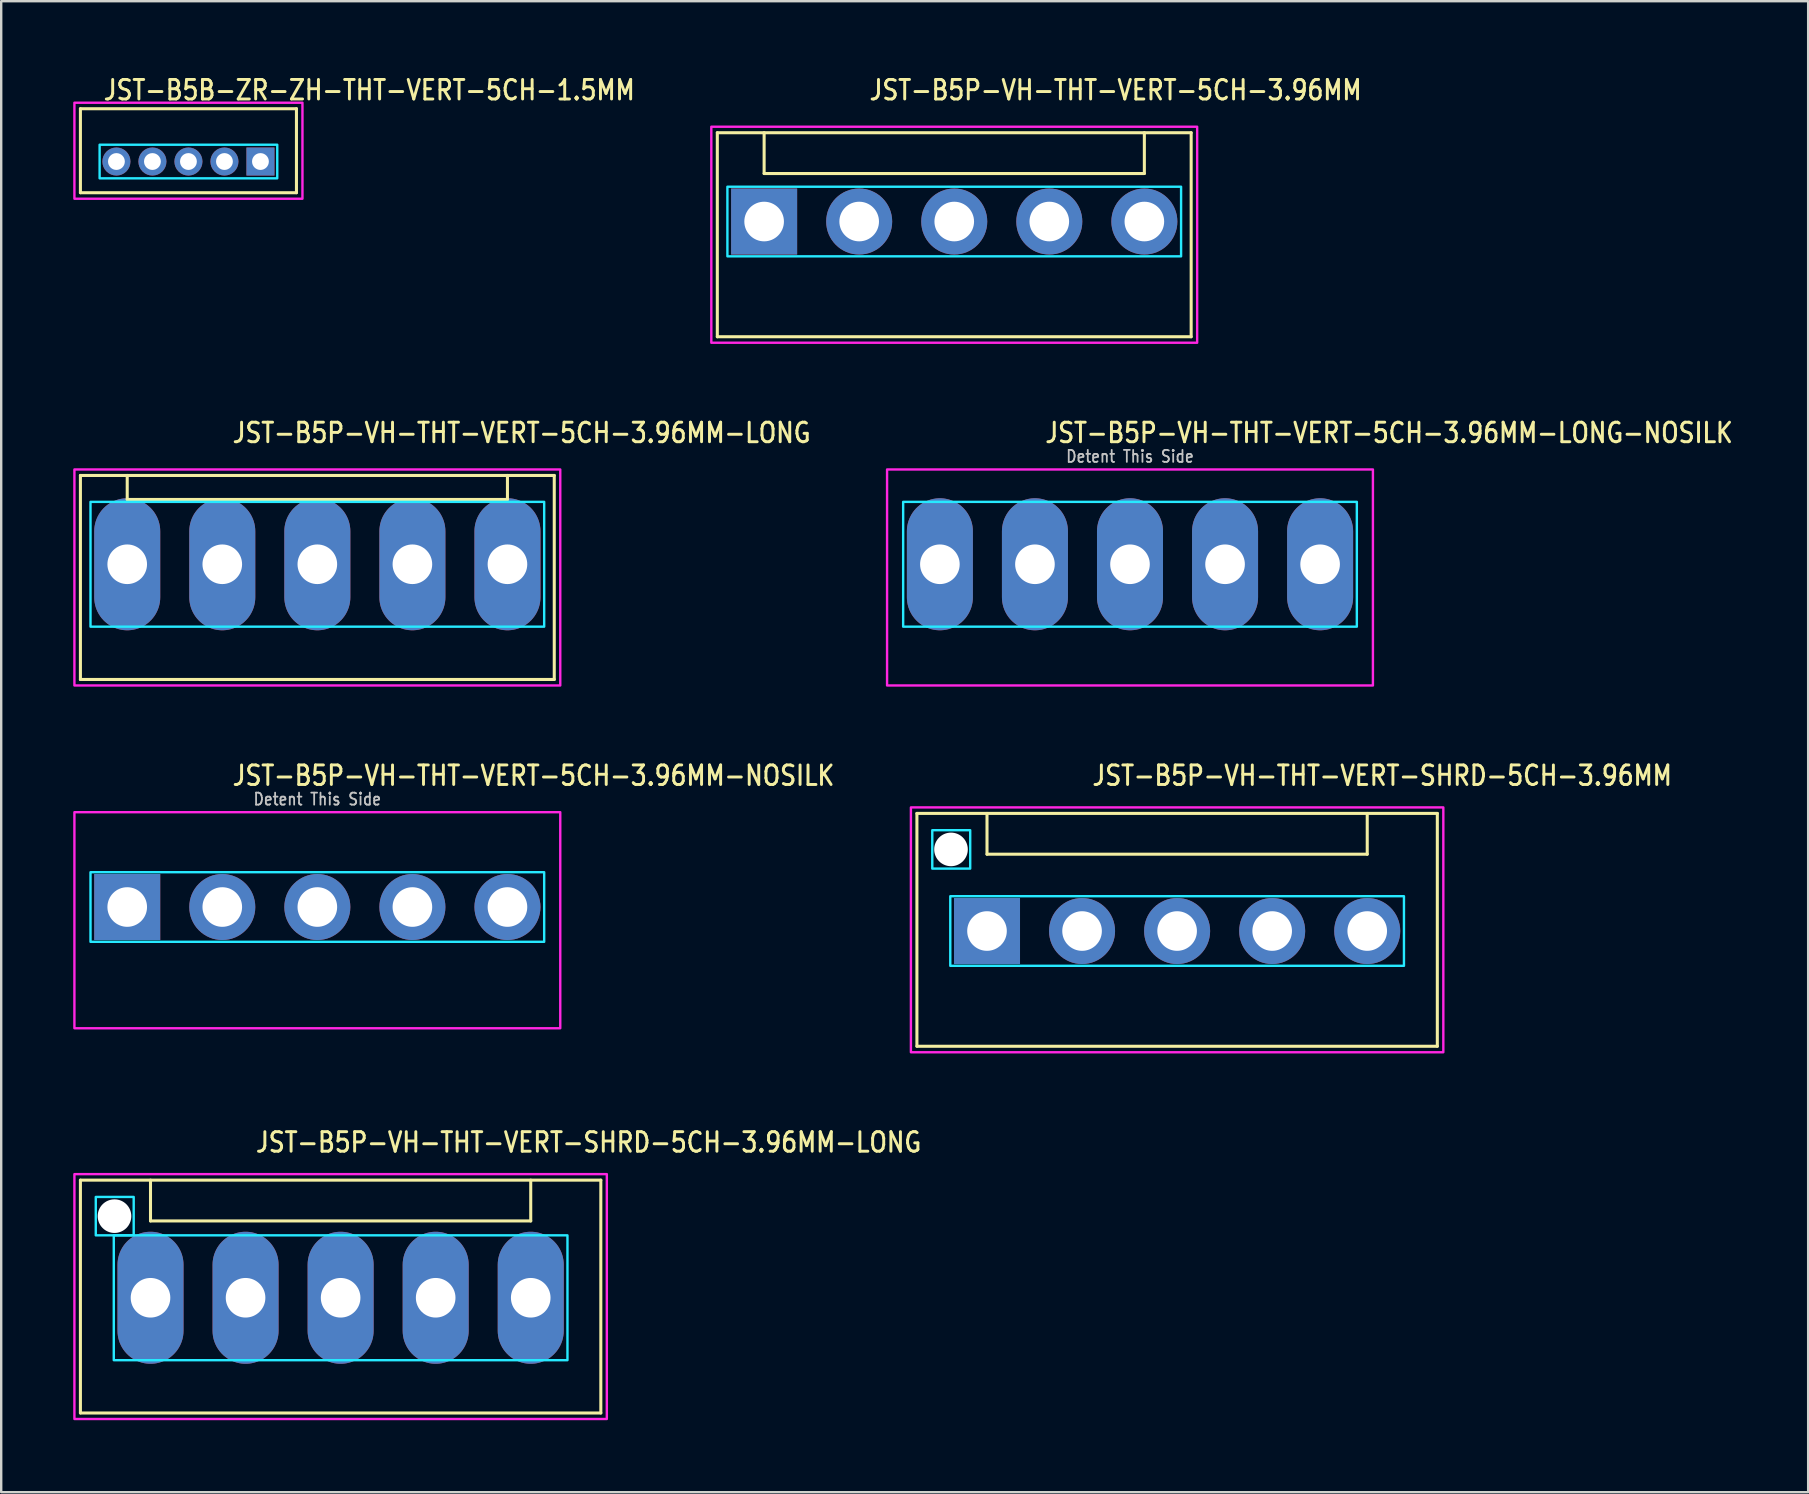
<source format=kicad_pcb>
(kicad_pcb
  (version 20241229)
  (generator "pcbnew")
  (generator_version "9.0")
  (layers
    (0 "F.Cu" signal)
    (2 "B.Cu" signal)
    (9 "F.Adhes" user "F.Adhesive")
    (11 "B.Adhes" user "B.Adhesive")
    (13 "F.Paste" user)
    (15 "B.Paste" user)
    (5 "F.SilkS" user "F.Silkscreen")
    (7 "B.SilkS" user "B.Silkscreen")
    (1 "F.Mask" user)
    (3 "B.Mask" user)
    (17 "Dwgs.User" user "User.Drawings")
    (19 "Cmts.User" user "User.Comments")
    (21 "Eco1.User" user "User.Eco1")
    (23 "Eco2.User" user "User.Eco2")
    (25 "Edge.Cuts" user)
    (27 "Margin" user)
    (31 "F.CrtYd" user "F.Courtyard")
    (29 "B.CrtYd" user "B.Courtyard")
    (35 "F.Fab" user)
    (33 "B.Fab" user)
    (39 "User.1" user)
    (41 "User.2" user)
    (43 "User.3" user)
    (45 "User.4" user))
  (footprint "JST-B5B-ZR-ZH-THT-VERT-5CH-1.5MM"
    (layer "F.Cu")
    (at 4.8 3.679)
    (property "Reference" "JST-B5B-ZR-ZH-THT-VERT-5CH-1.5MM" (at -3.6 -2.5 0) (unlocked yes) (layer "F.SilkS") (effects (font (size 0.813 0.695) (thickness 0.122)) (justify left bottom)))
    (fp_line (start -4.5 -2.2) (end 4.5 -2.2) (stroke (width 0.127) (type solid)) (layer "F.SilkS"))
    (fp_line (start -4.5 1.3) (end -4.5 -2.2) (stroke (width 0.127) (type solid)) (layer "F.SilkS"))
    (fp_line (start -4.5 1.3) (end 4.5 1.3) (stroke (width 0.127) (type solid)) (layer "F.SilkS"))
    (fp_line (start 4.5 -2.2) (end 4.5 1.3) (stroke (width 0.127) (type solid)) (layer "F.SilkS"))
    (fp_poly (pts (xy -3.7 -0.7) (xy -3.7 0.7) (xy 3.7 0.7) (xy 3.7 -0.7)) (stroke (width 0.1) (type solid)) (fill no) (layer "B.CrtYd"))
    (fp_poly (pts (xy -4.75 -2.45) (xy -4.75 1.55) (xy 4.75 1.55) (xy 4.75 -2.45)) (stroke (width 0.1) (type solid)) (fill no) (layer "F.CrtYd"))
    (pad "1" thru_hole rect (at 3 0) (size 1.167 1.167) (drill 0.7) (layers "*.Cu" "*.Mask"))
    (pad "2" thru_hole oval (at 1.5 0) (size 1.167 1.167) (drill 0.7) (layers "*.Cu" "*.Mask"))
    (pad "3" thru_hole oval (at 0 0) (size 1.167 1.167) (drill 0.7) (layers "*.Cu" "*.Mask"))
    (pad "4" thru_hole oval (at -1.5 0) (size 1.167 1.167) (drill 0.7) (layers "*.Cu" "*.Mask"))
    (pad "5" thru_hole oval (at -3 0) (size 1.167 1.167) (drill 0.7) (layers "*.Cu" "*.Mask")))
  (footprint "JST-B5P-VH-THT-VERT-SHRD-5CH-3.96MM"
    (layer "F.Cu")
    (at 45.988 35.736)
    (property "Reference" "JST-B5P-VH-THT-VERT-SHRD-5CH-3.96MM" (at -3.6 -6 0) (unlocked yes) (layer "F.SilkS") (effects (font (size 0.813 0.695) (thickness 0.122)) (justify left bottom)))
    (fp_line (start -10.84 -4.9) (end 10.84 -4.9) (stroke (width 0.127) (type solid)) (layer "F.SilkS"))
    (fp_line (start -10.84 4.8) (end -10.84 -4.9) (stroke (width 0.127) (type solid)) (layer "F.SilkS"))
    (fp_line (start -10.84 4.8) (end 10.84 4.8) (stroke (width 0.127) (type solid)) (layer "F.SilkS"))
    (fp_line (start -7.92 -4.9) (end -7.92 -3.2) (stroke (width 0.127) (type solid)) (layer "F.SilkS"))
    (fp_line (start -7.92 -3.2) (end 7.92 -3.2) (stroke (width 0.127) (type solid)) (layer "F.SilkS"))
    (fp_line (start 7.92 -4.9) (end 7.92 -3.2) (stroke (width 0.127) (type solid)) (layer "F.SilkS"))
    (fp_line (start 10.84 -4.9) (end 10.84 4.8) (stroke (width 0.127) (type solid)) (layer "F.SilkS"))
    (fp_poly (pts (xy -9.45 -1.45) (xy -9.45 1.45) (xy 9.45 1.45) (xy 9.45 -1.45)) (stroke (width 0.1) (type solid)) (fill no) (layer "B.CrtYd"))
    (fp_poly (pts (xy -8.62 -4.2) (xy -8.62 -2.6) (xy -10.2 -2.6) (xy -10.2 -4.2)) (stroke (width 0.1) (type solid)) (fill no) (layer "B.CrtYd"))
    (fp_poly (pts (xy -11.09 -5.15) (xy -11.09 5.05) (xy 11.09 5.05) (xy 11.09 -5.15)) (stroke (width 0.1) (type solid)) (fill no) (layer "F.CrtYd"))
    (pad "" np_thru_hole circle (at -9.42 -3.4) (size 1.4 1.4) (drill 1.4) (layers "*.Cu" "*.Mask"))
    (pad "1" thru_hole rect (at -7.92 0) (size 2.75 2.75) (drill 1.65) (layers "*.Cu" "*.Mask"))
    (pad "2" thru_hole oval (at -3.96 0) (size 2.75 2.75) (drill 1.65) (layers "*.Cu" "*.Mask"))
    (pad "3" thru_hole oval (at 0 0) (size 2.75 2.75) (drill 1.65) (layers "*.Cu" "*.Mask"))
    (pad "4" thru_hole oval (at 3.96 0) (size 2.75 2.75) (drill 1.65) (layers "*.Cu" "*.Mask"))
    (pad "5" thru_hole oval (at 7.92 0) (size 2.75 2.75) (drill 1.65) (layers "*.Cu" "*.Mask")))
  (footprint "JST-B5P-VH-THT-VERT-5CH-3.96MM-NOSILK"
    (layer "F.Cu")
    (at 10.17 34.736)
    (property "Reference" "JST-B5P-VH-THT-VERT-5CH-3.96MM-NOSILK" (at -3.6 -5 0) (unlocked yes) (layer "F.SilkS") (effects (font (size 0.813 0.695) (thickness 0.122)) (justify left bottom)))
    (fp_poly (pts (xy -9.45 -1.45) (xy -9.45 1.45) (xy 9.45 1.45) (xy 9.45 -1.45)) (stroke (width 0.1) (type solid)) (fill no) (layer "B.CrtYd"))
    (fp_poly (pts (xy -10.12 -3.95) (xy -10.12 5.05) (xy 10.12 5.05) (xy 10.12 -3.95)) (stroke (width 0.1) (type solid)) (fill no) (layer "F.CrtYd"))
    (fp_text user "Detent This Side" (at 0 -4.2 0) (unlocked yes) (layer "Dwgs.User") (effects (font (size 0.5 0.427) (thickness 0.075)) (justify bottom)))
    (pad "1" thru_hole rect (at -7.92 0) (size 2.75 2.75) (drill 1.65) (layers "*.Cu" "*.Mask"))
    (pad "2" thru_hole oval (at -3.96 0) (size 2.75 2.75) (drill 1.65) (layers "*.Cu" "*.Mask"))
    (pad "3" thru_hole oval (at 0 0) (size 2.75 2.75) (drill 1.65) (layers "*.Cu" "*.Mask"))
    (pad "4" thru_hole oval (at 3.96 0) (size 2.75 2.75) (drill 1.65) (layers "*.Cu" "*.Mask"))
    (pad "5" thru_hole oval (at 7.92 0) (size 2.75 2.75) (drill 1.65) (layers "*.Cu" "*.Mask")))
  (footprint "JST-B5P-VH-THT-VERT-5CH-3.96MM-LONG-NOSILK"
    (layer "F.Cu")
    (at 44.025 20.457)
    (property "Reference" "JST-B5P-VH-THT-VERT-5CH-3.96MM-LONG-NOSILK" (at -3.6 -5 0) (unlocked yes) (layer "F.SilkS") (effects (font (size 0.813 0.695) (thickness 0.122)) (justify left bottom)))
    (fp_poly (pts (xy -9.45 -2.6) (xy -9.45 2.6) (xy 9.45 2.6) (xy 9.45 -2.6)) (stroke (width 0.1) (type solid)) (fill no) (layer "B.CrtYd"))
    (fp_poly (pts (xy -10.12 -3.95) (xy -10.12 5.05) (xy 10.12 5.05) (xy 10.12 -3.95)) (stroke (width 0.1) (type solid)) (fill no) (layer "F.CrtYd"))
    (fp_text user "Detent This Side" (at 0 -4.2 0) (unlocked yes) (layer "Dwgs.User") (effects (font (size 0.5 0.427) (thickness 0.075)) (justify bottom)))
    (pad "1" thru_hole oval (at -7.92 0 90) (size 5.5 2.75) (drill 1.65) (layers "*.Cu" "*.Mask"))
    (pad "2" thru_hole oval (at -3.96 0 90) (size 5.5 2.75) (drill 1.65) (layers "*.Cu" "*.Mask"))
    (pad "3" thru_hole oval (at 0 0 90) (size 5.5 2.75) (drill 1.65) (layers "*.Cu" "*.Mask"))
    (pad "4" thru_hole oval (at 3.96 0 90) (size 5.5 2.75) (drill 1.65) (layers "*.Cu" "*.Mask"))
    (pad "5" thru_hole oval (at 7.92 0 90) (size 5.5 2.75) (drill 1.65) (layers "*.Cu" "*.Mask")))
  (footprint "JST-B5P-VH-THT-VERT-SHRD-5CH-3.96MM-LONG"
    (layer "F.Cu")
    (at 11.14 51.014)
    (property "Reference" "JST-B5P-VH-THT-VERT-SHRD-5CH-3.96MM-LONG" (at -3.6 -6 0) (unlocked yes) (layer "F.SilkS") (effects (font (size 0.813 0.695) (thickness 0.122)) (justify left bottom)))
    (fp_line (start -10.84 -4.9) (end 10.84 -4.9) (stroke (width 0.127) (type solid)) (layer "F.SilkS"))
    (fp_line (start -10.84 4.8) (end -10.84 -4.9) (stroke (width 0.127) (type solid)) (layer "F.SilkS"))
    (fp_line (start -10.84 4.8) (end 10.84 4.8) (stroke (width 0.127) (type solid)) (layer "F.SilkS"))
    (fp_line (start -7.92 -4.9) (end -7.92 -3.2) (stroke (width 0.127) (type solid)) (layer "F.SilkS"))
    (fp_line (start -7.92 -3.2) (end 7.92 -3.2) (stroke (width 0.127) (type solid)) (layer "F.SilkS"))
    (fp_line (start 7.92 -4.9) (end 7.92 -3.2) (stroke (width 0.127) (type solid)) (layer "F.SilkS"))
    (fp_line (start 10.84 -4.9) (end 10.84 4.8) (stroke (width 0.127) (type solid)) (layer "F.SilkS"))
    (fp_poly (pts (xy -9.45 -2.6) (xy -9.45 2.6) (xy 9.45 2.6) (xy 9.45 -2.6)) (stroke (width 0.1) (type solid)) (fill no) (layer "B.CrtYd"))
    (fp_poly (pts (xy -8.62 -4.2) (xy -8.62 -2.6) (xy -10.2 -2.6) (xy -10.2 -4.2)) (stroke (width 0.1) (type solid)) (fill no) (layer "B.CrtYd"))
    (fp_poly (pts (xy -11.09 -5.15) (xy -11.09 5.05) (xy 11.09 5.05) (xy 11.09 -5.15)) (stroke (width 0.1) (type solid)) (fill no) (layer "F.CrtYd"))
    (pad "" np_thru_hole circle (at -9.42 -3.4) (size 1.4 1.4) (drill 1.4) (layers "*.Cu" "*.Mask"))
    (pad "1" thru_hole oval (at -7.92 0 90) (size 5.5 2.75) (drill 1.65) (layers "*.Cu" "*.Mask"))
    (pad "2" thru_hole oval (at -3.96 0 90) (size 5.5 2.75) (drill 1.65) (layers "*.Cu" "*.Mask"))
    (pad "3" thru_hole oval (at 0 0 90) (size 5.5 2.75) (drill 1.65) (layers "*.Cu" "*.Mask"))
    (pad "4" thru_hole oval (at 3.96 0 90) (size 5.5 2.75) (drill 1.65) (layers "*.Cu" "*.Mask"))
    (pad "5" thru_hole oval (at 7.92 0 90) (size 5.5 2.75) (drill 1.65) (layers "*.Cu" "*.Mask")))
  (footprint "JST-B5P-VH-THT-VERT-5CH-3.96MM-LONG"
    (layer "F.Cu")
    (at 10.17 20.457)
    (property "Reference" "JST-B5P-VH-THT-VERT-5CH-3.96MM-LONG" (at -3.6 -5 0) (unlocked yes) (layer "F.SilkS") (effects (font (size 0.813 0.695) (thickness 0.122)) (justify left bottom)))
    (fp_line (start -9.87 -3.7) (end 9.87 -3.7) (stroke (width 0.127) (type solid)) (layer "F.SilkS"))
    (fp_line (start -9.87 4.8) (end -9.87 -3.7) (stroke (width 0.127) (type solid)) (layer "F.SilkS"))
    (fp_line (start -9.87 4.8) (end 9.87 4.8) (stroke (width 0.127) (type solid)) (layer "F.SilkS"))
    (fp_line (start -7.92 -3.7) (end -7.92 -2.7) (stroke (width 0.127) (type solid)) (layer "F.SilkS"))
    (fp_line (start -7.92 -2.7) (end 7.92 -2.7) (stroke (width 0.127) (type solid)) (layer "F.SilkS"))
    (fp_line (start 7.92 -3.7) (end 7.92 -2.7) (stroke (width 0.127) (type solid)) (layer "F.SilkS"))
    (fp_line (start 9.87 -3.7) (end 9.87 4.8) (stroke (width 0.127) (type solid)) (layer "F.SilkS"))
    (fp_poly (pts (xy -9.45 -2.6) (xy -9.45 2.6) (xy 9.45 2.6) (xy 9.45 -2.6)) (stroke (width 0.1) (type solid)) (fill no) (layer "B.CrtYd"))
    (fp_poly (pts (xy -10.12 -3.95) (xy -10.12 5.05) (xy 10.12 5.05) (xy 10.12 -3.95)) (stroke (width 0.1) (type solid)) (fill no) (layer "F.CrtYd"))
    (pad "1" thru_hole oval (at -7.92 0 90) (size 5.5 2.75) (drill 1.65) (layers "*.Cu" "*.Mask"))
    (pad "2" thru_hole oval (at -3.96 0 90) (size 5.5 2.75) (drill 1.65) (layers "*.Cu" "*.Mask"))
    (pad "3" thru_hole oval (at 0 0 90) (size 5.5 2.75) (drill 1.65) (layers "*.Cu" "*.Mask"))
    (pad "4" thru_hole oval (at 3.96 0 90) (size 5.5 2.75) (drill 1.65) (layers "*.Cu" "*.Mask"))
    (pad "5" thru_hole oval (at 7.92 0 90) (size 5.5 2.75) (drill 1.65) (layers "*.Cu" "*.Mask")))
  (footprint "JST-B5P-VH-THT-VERT-5CH-3.96MM"
    (layer "F.Cu")
    (at 36.703 6.179)
    (property "Reference" "JST-B5P-VH-THT-VERT-5CH-3.96MM" (at -3.6 -5 0) (unlocked yes) (layer "F.SilkS") (effects (font (size 0.813 0.695) (thickness 0.122)) (justify left bottom)))
    (fp_line (start -9.87 -3.7) (end 9.87 -3.7) (stroke (width 0.127) (type solid)) (layer "F.SilkS"))
    (fp_line (start -9.87 4.8) (end -9.87 -3.7) (stroke (width 0.127) (type solid)) (layer "F.SilkS"))
    (fp_line (start -9.87 4.8) (end 9.87 4.8) (stroke (width 0.127) (type solid)) (layer "F.SilkS"))
    (fp_line (start -7.92 -3.7) (end -7.92 -2) (stroke (width 0.127) (type solid)) (layer "F.SilkS"))
    (fp_line (start -7.92 -2) (end 7.92 -2) (stroke (width 0.127) (type solid)) (layer "F.SilkS"))
    (fp_line (start 7.92 -3.7) (end 7.92 -2) (stroke (width 0.127) (type solid)) (layer "F.SilkS"))
    (fp_line (start 9.87 -3.7) (end 9.87 4.8) (stroke (width 0.127) (type solid)) (layer "F.SilkS"))
    (fp_poly (pts (xy -9.45 -1.45) (xy -9.45 1.45) (xy 9.45 1.45) (xy 9.45 -1.45)) (stroke (width 0.1) (type solid)) (fill no) (layer "B.CrtYd"))
    (fp_poly (pts (xy -10.12 -3.95) (xy -10.12 5.05) (xy 10.12 5.05) (xy 10.12 -3.95)) (stroke (width 0.1) (type solid)) (fill no) (layer "F.CrtYd"))
    (pad "1" thru_hole rect (at -7.92 0) (size 2.75 2.75) (drill 1.65) (layers "*.Cu" "*.Mask"))
    (pad "2" thru_hole oval (at -3.96 0) (size 2.75 2.75) (drill 1.65) (layers "*.Cu" "*.Mask"))
    (pad "3" thru_hole oval (at 0 0) (size 2.75 2.75) (drill 1.65) (layers "*.Cu" "*.Mask"))
    (pad "4" thru_hole oval (at 3.96 0) (size 2.75 2.75) (drill 1.65) (layers "*.Cu" "*.Mask"))
    (pad "5" thru_hole oval (at 7.92 0) (size 2.75 2.75) (drill 1.65) (layers "*.Cu" "*.Mask")))
  (gr_rect
    (start -3 -3)
    (end 72.277 59.114)
    (stroke (width 0.1) (type default))
    (fill no)
    (layer "Edge.Cuts")))
</source>
